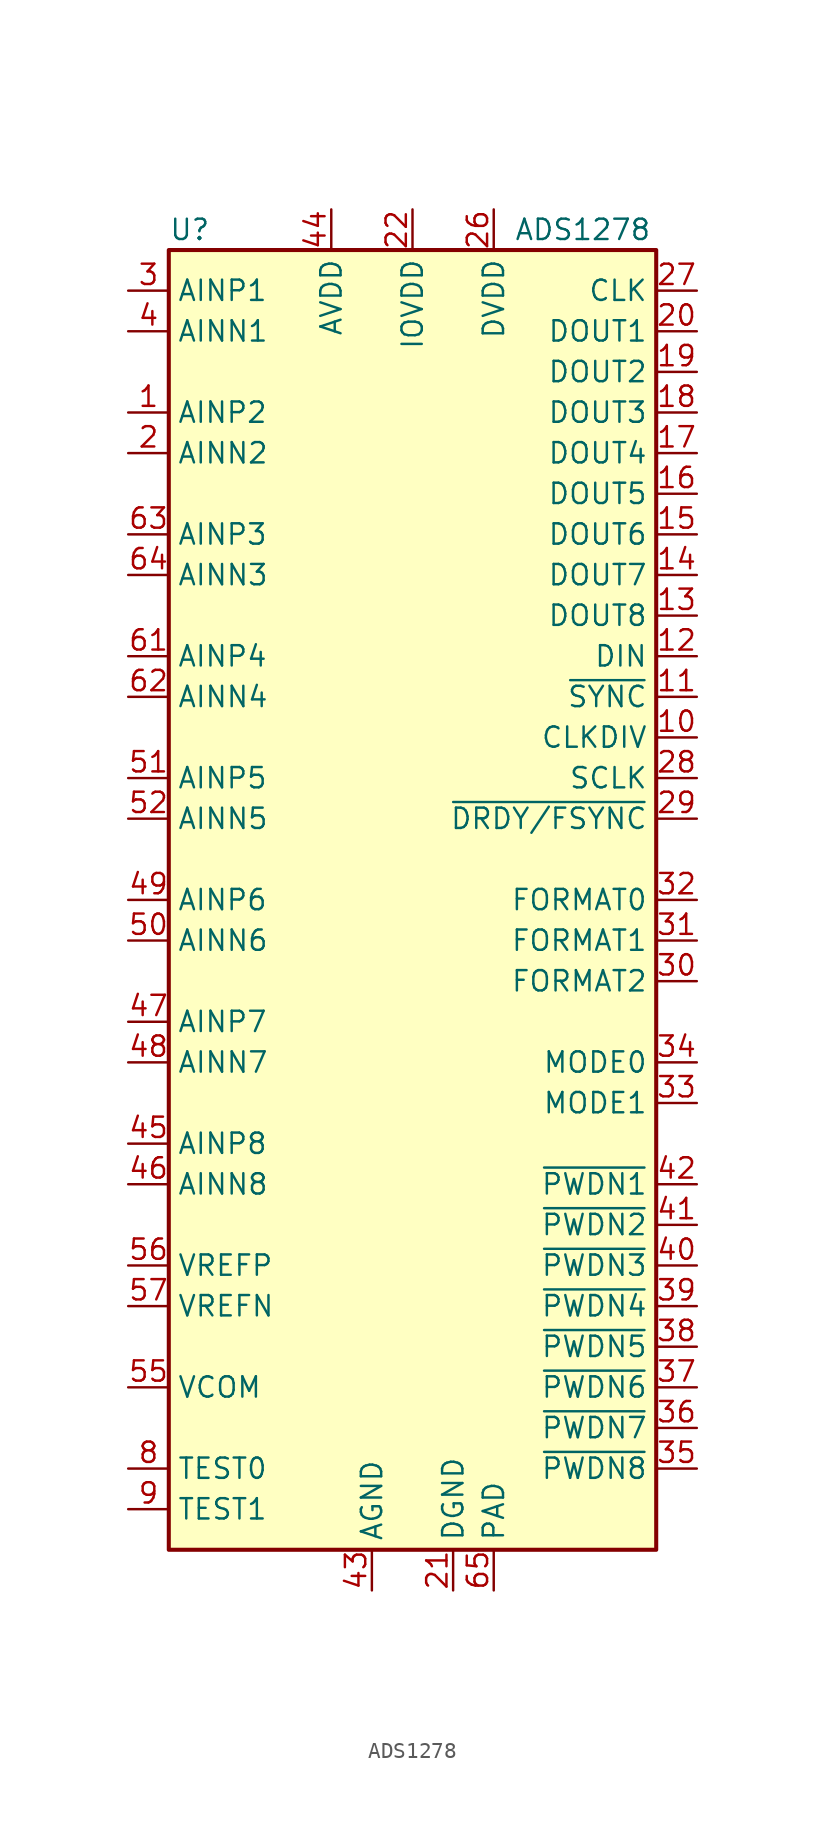
<source format=kicad_sym>
(kicad_symbol_lib
  (version 20241209)
  (generator "kicad_symbol_editor")
  (generator_version "9.0")
  (symbol "ADS1278"
    (property "Reference" "U"
      (at -15.24 41.91 0)
      (effects (font (size 1.27 1.27)) (justify left)))
    (property "Value" "ADS1278"
      (at 6.35 41.91 0)
      (effects (font (size 1.27 1.27)) (justify left)))
    (symbol "ADS1278_0_1"
      (rectangle (start -15.24 40.64) (end 15.24 -40.64) (stroke (width 0.254) (type default)) (fill (type background))))
    (symbol "ADS1278_1_1"
      (pin input line (at -17.78 38.1 0) (length 2.54) (name "AINP1" (effects (font (size 1.27 1.27)))) (number "3" (effects (font (size 1.27 1.27)))))
      (pin input line (at -17.78 35.56 0) (length 2.54) (name "AINN1" (effects (font (size 1.27 1.27)))) (number "4" (effects (font (size 1.27 1.27)))))
      (pin input line (at -17.78 30.48 0) (length 2.54) (name "AINP2" (effects (font (size 1.27 1.27)))) (number "1" (effects (font (size 1.27 1.27)))))
      (pin input line (at -17.78 27.94 0) (length 2.54) (name "AINN2" (effects (font (size 1.27 1.27)))) (number "2" (effects (font (size 1.27 1.27)))))
      (pin input line (at -17.78 22.86 0) (length 2.54) (name "AINP3" (effects (font (size 1.27 1.27)))) (number "63" (effects (font (size 1.27 1.27)))))
      (pin input line (at -17.78 20.32 0) (length 2.54) (name "AINN3" (effects (font (size 1.27 1.27)))) (number "64" (effects (font (size 1.27 1.27)))))
      (pin input line (at -17.78 15.24 0) (length 2.54) (name "AINP4" (effects (font (size 1.27 1.27)))) (number "61" (effects (font (size 1.27 1.27)))))
      (pin input line (at -17.78 12.7 0) (length 2.54) (name "AINN4" (effects (font (size 1.27 1.27)))) (number "62" (effects (font (size 1.27 1.27)))))
      (pin input line (at -17.78 7.62 0) (length 2.54) (name "AINP5" (effects (font (size 1.27 1.27)))) (number "51" (effects (font (size 1.27 1.27)))))
      (pin input line (at -17.78 5.08 0) (length 2.54) (name "AINN5" (effects (font (size 1.27 1.27)))) (number "52" (effects (font (size 1.27 1.27)))))
      (pin input line (at -17.78 0 0) (length 2.54) (name "AINP6" (effects (font (size 1.27 1.27)))) (number "49" (effects (font (size 1.27 1.27)))))
      (pin input line (at -17.78 -2.54 0) (length 2.54) (name "AINN6" (effects (font (size 1.27 1.27)))) (number "50" (effects (font (size 1.27 1.27)))))
      (pin input line (at -17.78 -7.62 0) (length 2.54) (name "AINP7" (effects (font (size 1.27 1.27)))) (number "47" (effects (font (size 1.27 1.27)))))
      (pin input line (at -17.78 -10.16 0) (length 2.54) (name "AINN7" (effects (font (size 1.27 1.27)))) (number "48" (effects (font (size 1.27 1.27)))))
      (pin input line (at -17.78 -15.24 0) (length 2.54) (name "AINP8" (effects (font (size 1.27 1.27)))) (number "45" (effects (font (size 1.27 1.27)))))
      (pin input line (at -17.78 -17.78 0) (length 2.54) (name "AINN8" (effects (font (size 1.27 1.27)))) (number "46" (effects (font (size 1.27 1.27)))))
      (pin passive line (at -17.78 -22.86 0) (length 2.54) (name "VREFP" (effects (font (size 1.27 1.27)))) (number "56" (effects (font (size 1.27 1.27)))))
      (pin passive line (at -17.78 -25.4 0) (length 2.54) (name "VREFN" (effects (font (size 1.27 1.27)))) (number "57" (effects (font (size 1.27 1.27)))))
      (pin output line (at -17.78 -30.48 0) (length 2.54) (name "VCOM" (effects (font (size 1.27 1.27)))) (number "55" (effects (font (size 1.27 1.27)))))
      (pin input line (at -17.78 -35.56 0) (length 2.54) (name "TEST0" (effects (font (size 1.27 1.27)))) (number "8" (effects (font (size 1.27 1.27)))))
      (pin input line (at -17.78 -38.1 0) (length 2.54) (name "TEST1" (effects (font (size 1.27 1.27)))) (number "9" (effects (font (size 1.27 1.27)))))
      (pin power_in line (at -5.08 43.18 270) (length 2.54) (name "AVDD" (effects (font (size 1.27 1.27)))) (number "44" (effects (font (size 1.27 1.27)))))
      (pin passive line (at -5.08 43.18 270) (length 2.54) (hide yes) (name "AVDD" (effects (font (size 1.27 1.27)))) (number "5" (effects (font (size 1.27 1.27)))))
      (pin passive line (at -5.08 43.18 270) (length 2.54) (hide yes) (name "AVDD" (effects (font (size 1.27 1.27)))) (number "53" (effects (font (size 1.27 1.27)))))
      (pin passive line (at -5.08 43.18 270) (length 2.54) (hide yes) (name "AVDD" (effects (font (size 1.27 1.27)))) (number "60" (effects (font (size 1.27 1.27)))))
      (pin power_in line (at -2.54 -43.18 90) (length 2.54) (name "AGND" (effects (font (size 1.27 1.27)))) (number "43" (effects (font (size 1.27 1.27)))))
      (pin passive line (at -2.54 -43.18 90) (length 2.54) (hide yes) (name "AGND" (effects (font (size 1.27 1.27)))) (number "54" (effects (font (size 1.27 1.27)))))
      (pin passive line (at -2.54 -43.18 90) (length 2.54) (hide yes) (name "AGND" (effects (font (size 1.27 1.27)))) (number "58" (effects (font (size 1.27 1.27)))))
      (pin passive line (at -2.54 -43.18 90) (length 2.54) (hide yes) (name "AGND" (effects (font (size 1.27 1.27)))) (number "59" (effects (font (size 1.27 1.27)))))
      (pin passive line (at -2.54 -43.18 90) (length 2.54) (hide yes) (name "AGND" (effects (font (size 1.27 1.27)))) (number "6" (effects (font (size 1.27 1.27)))))
      (pin power_in line (at 0 43.18 270) (length 2.54) (name "IOVDD" (effects (font (size 1.27 1.27)))) (number "22" (effects (font (size 1.27 1.27)))))
      (pin passive line (at 0 43.18 270) (length 2.54) (hide yes) (name "IOVDD" (effects (font (size 1.27 1.27)))) (number "23" (effects (font (size 1.27 1.27)))))
      (pin power_in line (at 2.54 -43.18 90) (length 2.54) (name "DGND" (effects (font (size 1.27 1.27)))) (number "21" (effects (font (size 1.27 1.27)))))
      (pin passive line (at 2.54 -43.18 90) (length 2.54) (hide yes) (name "DGND" (effects (font (size 1.27 1.27)))) (number "24" (effects (font (size 1.27 1.27)))))
      (pin passive line (at 2.54 -43.18 90) (length 2.54) (hide yes) (name "DGND" (effects (font (size 1.27 1.27)))) (number "25" (effects (font (size 1.27 1.27)))))
      (pin passive line (at 2.54 -43.18 90) (length 2.54) (hide yes) (name "DGND" (effects (font (size 1.27 1.27)))) (number "7" (effects (font (size 1.27 1.27)))))
      (pin power_in line (at 5.08 43.18 270) (length 2.54) (name "DVDD" (effects (font (size 1.27 1.27)))) (number "26" (effects (font (size 1.27 1.27)))))
      (pin passive line (at 5.08 -43.18 90) (length 2.54) (name "PAD" (effects (font (size 1.27 1.27)))) (number "65" (effects (font (size 1.27 1.27)))))
      (pin input line (at 17.78 38.1 180) (length 2.54) (name "CLK" (effects (font (size 1.27 1.27)))) (number "27" (effects (font (size 1.27 1.27)))))
      (pin output line (at 17.78 35.56 180) (length 2.54) (name "DOUT1" (effects (font (size 1.27 1.27)))) (number "20" (effects (font (size 1.27 1.27)))))
      (pin output line (at 17.78 33.02 180) (length 2.54) (name "DOUT2" (effects (font (size 1.27 1.27)))) (number "19" (effects (font (size 1.27 1.27)))))
      (pin output line (at 17.78 30.48 180) (length 2.54) (name "DOUT3" (effects (font (size 1.27 1.27)))) (number "18" (effects (font (size 1.27 1.27)))))
      (pin output line (at 17.78 27.94 180) (length 2.54) (name "DOUT4" (effects (font (size 1.27 1.27)))) (number "17" (effects (font (size 1.27 1.27)))))
      (pin output line (at 17.78 25.4 180) (length 2.54) (name "DOUT5" (effects (font (size 1.27 1.27)))) (number "16" (effects (font (size 1.27 1.27)))))
      (pin output line (at 17.78 22.86 180) (length 2.54) (name "DOUT6" (effects (font (size 1.27 1.27)))) (number "15" (effects (font (size 1.27 1.27)))))
      (pin output line (at 17.78 20.32 180) (length 2.54) (name "DOUT7" (effects (font (size 1.27 1.27)))) (number "14" (effects (font (size 1.27 1.27)))))
      (pin output line (at 17.78 17.78 180) (length 2.54) (name "DOUT8" (effects (font (size 1.27 1.27)))) (number "13" (effects (font (size 1.27 1.27)))))
      (pin bidirectional line (at 17.78 15.24 180) (length 2.54) (name "DIN" (effects (font (size 1.27 1.27)))) (number "12" (effects (font (size 1.27 1.27)))))
      (pin bidirectional line (at 17.78 12.7 180) (length 2.54) (name "~{SYNC}" (effects (font (size 1.27 1.27)))) (number "11" (effects (font (size 1.27 1.27)))))
      (pin bidirectional line (at 17.78 10.16 180) (length 2.54) (name "CLKDIV" (effects (font (size 1.27 1.27)))) (number "10" (effects (font (size 1.27 1.27)))))
      (pin bidirectional line (at 17.78 7.62 180) (length 2.54) (name "SCLK" (effects (font (size 1.27 1.27)))) (number "28" (effects (font (size 1.27 1.27)))))
      (pin bidirectional line (at 17.78 5.08 180) (length 2.54) (name "~{DRDY/FSYNC}" (effects (font (size 1.27 1.27)))) (number "29" (effects (font (size 1.27 1.27)))))
      (pin input line (at 17.78 0 180) (length 2.54) (name "FORMAT0" (effects (font (size 1.27 1.27)))) (number "32" (effects (font (size 1.27 1.27)))))
      (pin input line (at 17.78 -2.54 180) (length 2.54) (name "FORMAT1" (effects (font (size 1.27 1.27)))) (number "31" (effects (font (size 1.27 1.27)))))
      (pin input line (at 17.78 -5.08 180) (length 2.54) (name "FORMAT2" (effects (font (size 1.27 1.27)))) (number "30" (effects (font (size 1.27 1.27)))))
      (pin input line (at 17.78 -10.16 180) (length 2.54) (name "MODE0" (effects (font (size 1.27 1.27)))) (number "34" (effects (font (size 1.27 1.27)))))
      (pin input line (at 17.78 -12.7 180) (length 2.54) (name "MODE1" (effects (font (size 1.27 1.27)))) (number "33" (effects (font (size 1.27 1.27)))))
      (pin input line (at 17.78 -17.78 180) (length 2.54) (name "~{PWDN1}" (effects (font (size 1.27 1.27)))) (number "42" (effects (font (size 1.27 1.27)))))
      (pin input line (at 17.78 -20.32 180) (length 2.54) (name "~{PWDN2}" (effects (font (size 1.27 1.27)))) (number "41" (effects (font (size 1.27 1.27)))))
      (pin input line (at 17.78 -22.86 180) (length 2.54) (name "~{PWDN3}" (effects (font (size 1.27 1.27)))) (number "40" (effects (font (size 1.27 1.27)))))
      (pin input line (at 17.78 -25.4 180) (length 2.54) (name "~{PWDN4}" (effects (font (size 1.27 1.27)))) (number "39" (effects (font (size 1.27 1.27)))))
      (pin input line (at 17.78 -27.94 180) (length 2.54) (name "~{PWDN5}" (effects (font (size 1.27 1.27)))) (number "38" (effects (font (size 1.27 1.27)))))
      (pin input line (at 17.78 -30.48 180) (length 2.54) (name "~{PWDN6}" (effects (font (size 1.27 1.27)))) (number "37" (effects (font (size 1.27 1.27)))))
      (pin input line (at 17.78 -33.02 180) (length 2.54) (name "~{PWDN7}" (effects (font (size 1.27 1.27)))) (number "36" (effects (font (size 1.27 1.27)))))
      (pin input line (at 17.78 -35.56 180) (length 2.54) (name "~{PWDN8}" (effects (font (size 1.27 1.27)))) (number "35" (effects (font (size 1.27 1.27))))))))
</source>
